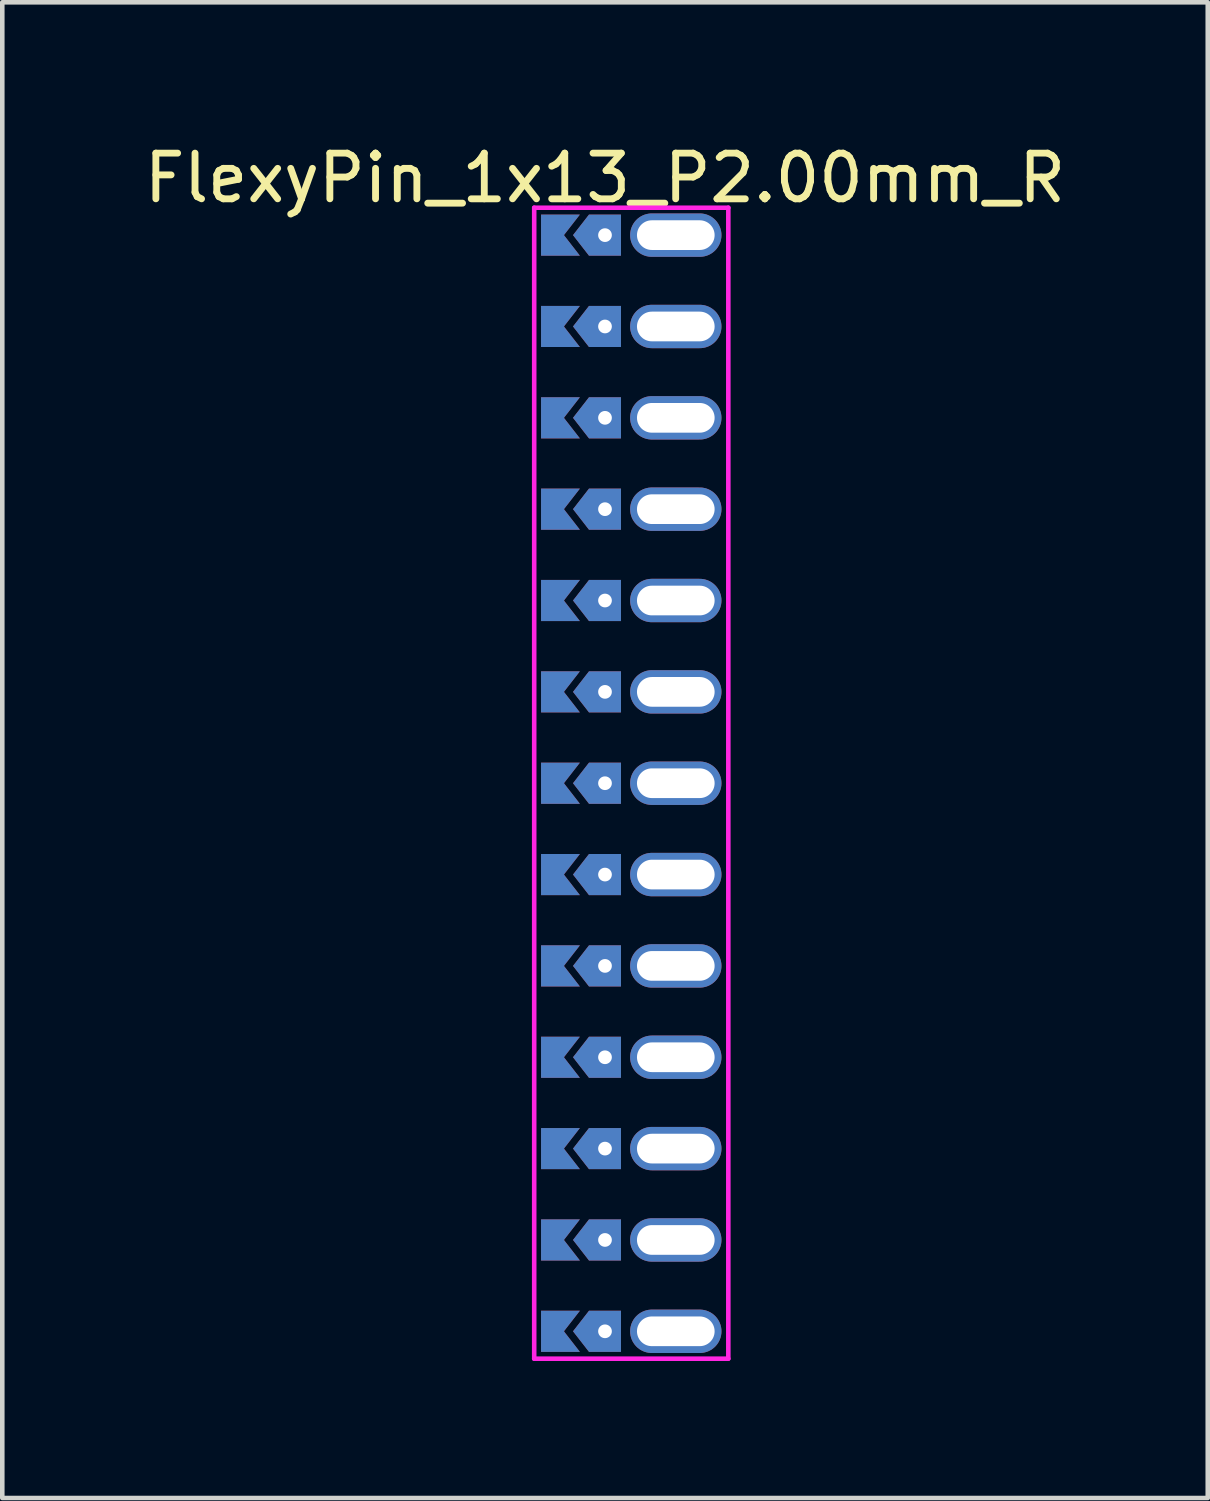
<source format=kicad_pcb>
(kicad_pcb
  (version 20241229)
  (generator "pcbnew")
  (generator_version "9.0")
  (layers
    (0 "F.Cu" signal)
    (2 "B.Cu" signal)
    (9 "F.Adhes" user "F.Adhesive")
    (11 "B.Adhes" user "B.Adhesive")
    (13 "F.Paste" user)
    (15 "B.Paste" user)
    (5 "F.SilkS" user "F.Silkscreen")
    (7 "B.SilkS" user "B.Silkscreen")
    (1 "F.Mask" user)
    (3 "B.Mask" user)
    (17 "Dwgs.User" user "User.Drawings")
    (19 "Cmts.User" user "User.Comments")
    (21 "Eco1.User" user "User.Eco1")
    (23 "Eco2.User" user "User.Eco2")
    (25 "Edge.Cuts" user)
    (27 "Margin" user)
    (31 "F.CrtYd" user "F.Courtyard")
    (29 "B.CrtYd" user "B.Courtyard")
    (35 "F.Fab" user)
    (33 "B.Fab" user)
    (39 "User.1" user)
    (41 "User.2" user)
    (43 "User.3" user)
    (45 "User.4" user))
  (footprint "FlexyPin_1x13_P2.00mm_R"
    (layer "F.Cu")
    (at 10.196 2.098)
    (property "Reference" "FlexyPin_1x13_P2.00mm_R" (at 0 -1.25 0) (layer "F.SilkS") (effects (font (size 1 1) (thickness 0.15))))
    (attr through_hole)
    (fp_line (start -1.55 -0.6) (end 2.7 -0.6) (stroke (width 0.1) (type solid)) (layer "F.CrtYd"))
    (fp_line (start -1.55 24.6) (end -1.55 -0.6) (stroke (width 0.1) (type solid)) (layer "F.CrtYd"))
    (fp_line (start 2.7 -0.6) (end 2.7 24.6) (stroke (width 0.1) (type solid)) (layer "F.CrtYd"))
    (fp_line (start 2.7 24.6) (end -1.55 24.6) (stroke (width 0.1) (type solid)) (layer "F.CrtYd"))
    (pad "" thru_hole custom (at 0 0) (size 0.3 0.3) (drill 0.6) (layers "*.Cu" "*.Mask") (options (anchor rect)) (primitives (gr_poly (pts (xy 0.35 0.45) (xy 0.35 -0.45) (xy -0.35 -0.45) (xy -0.7 0) (xy -0.35 0.45)) (width 0) (fill yes))))
    (pad "" thru_hole custom (at 0 2) (size 0.3 0.3) (drill 0.6) (layers "*.Cu" "*.Mask") (options (anchor rect)) (primitives (gr_poly (pts (xy 0.35 0.45) (xy 0.35 -0.45) (xy -0.35 -0.45) (xy -0.7 0) (xy -0.35 0.45)) (width 0) (fill yes))))
    (pad "" thru_hole custom (at 0 4) (size 0.3 0.3) (drill 0.6) (layers "*.Cu" "*.Mask") (options (anchor rect)) (primitives (gr_poly (pts (xy 0.35 0.45) (xy 0.35 -0.45) (xy -0.35 -0.45) (xy -0.7 0) (xy -0.35 0.45)) (width 0) (fill yes))))
    (pad "" thru_hole custom (at 0 6) (size 0.3 0.3) (drill 0.6) (layers "*.Cu" "*.Mask") (options (anchor rect)) (primitives (gr_poly (pts (xy 0.35 0.45) (xy 0.35 -0.45) (xy -0.35 -0.45) (xy -0.7 0) (xy -0.35 0.45)) (width 0) (fill yes))))
    (pad "" thru_hole custom (at 0 8) (size 0.3 0.3) (drill 0.6) (layers "*.Cu" "*.Mask") (options (anchor rect)) (primitives (gr_poly (pts (xy 0.35 0.45) (xy 0.35 -0.45) (xy -0.35 -0.45) (xy -0.7 0) (xy -0.35 0.45)) (width 0) (fill yes))))
    (pad "" thru_hole custom (at 0 10) (size 0.3 0.3) (drill 0.6) (layers "*.Cu" "*.Mask") (options (anchor rect)) (primitives (gr_poly (pts (xy 0.35 0.45) (xy 0.35 -0.45) (xy -0.35 -0.45) (xy -0.7 0) (xy -0.35 0.45)) (width 0) (fill yes))))
    (pad "" thru_hole custom (at 0 12) (size 0.3 0.3) (drill 0.6) (layers "*.Cu" "*.Mask") (options (anchor rect)) (primitives (gr_poly (pts (xy 0.35 0.45) (xy 0.35 -0.45) (xy -0.35 -0.45) (xy -0.7 0) (xy -0.35 0.45)) (width 0) (fill yes))))
    (pad "" thru_hole custom (at 0 14) (size 0.3 0.3) (drill 0.6) (layers "*.Cu" "*.Mask") (options (anchor rect)) (primitives (gr_poly (pts (xy 0.35 0.45) (xy 0.35 -0.45) (xy -0.35 -0.45) (xy -0.7 0) (xy -0.35 0.45)) (width 0) (fill yes))))
    (pad "" thru_hole custom (at 0 16) (size 0.3 0.3) (drill 0.6) (layers "*.Cu" "*.Mask") (options (anchor rect)) (primitives (gr_poly (pts (xy 0.35 0.45) (xy 0.35 -0.45) (xy -0.35 -0.45) (xy -0.7 0) (xy -0.35 0.45)) (width 0) (fill yes))))
    (pad "" thru_hole custom (at 0 18) (size 0.3 0.3) (drill 0.6) (layers "*.Cu" "*.Mask") (options (anchor rect)) (primitives (gr_poly (pts (xy 0.35 0.45) (xy 0.35 -0.45) (xy -0.35 -0.45) (xy -0.7 0) (xy -0.35 0.45)) (width 0) (fill yes))))
    (pad "" thru_hole custom (at 0 20) (size 0.3 0.3) (drill 0.6) (layers "*.Cu" "*.Mask") (options (anchor rect)) (primitives (gr_poly (pts (xy 0.35 0.45) (xy 0.35 -0.45) (xy -0.35 -0.45) (xy -0.7 0) (xy -0.35 0.45)) (width 0) (fill yes))))
    (pad "" thru_hole custom (at 0 22) (size 0.3 0.3) (drill 0.6) (layers "*.Cu" "*.Mask") (options (anchor rect)) (primitives (gr_poly (pts (xy 0.35 0.45) (xy 0.35 -0.45) (xy -0.35 -0.45) (xy -0.7 0) (xy -0.35 0.45)) (width 0) (fill yes))))
    (pad "" thru_hole custom (at 0 24) (size 0.3 0.3) (drill 0.6) (layers "*.Cu" "*.Mask") (options (anchor rect)) (primitives (gr_poly (pts (xy 0.35 0.45) (xy 0.35 -0.45) (xy -0.35 -0.45) (xy -0.7 0) (xy -0.35 0.45)) (width 0) (fill yes))))
    (pad "" thru_hole oval (at 1.55 0) (size 2 0.95) (drill oval 1.7 0.65) (layers "*.Cu" "*.Mask"))
    (pad "" thru_hole oval (at 1.55 2) (size 2 0.95) (drill oval 1.7 0.65) (layers "*.Cu" "*.Mask"))
    (pad "" thru_hole oval (at 1.55 4) (size 2 0.95) (drill oval 1.7 0.65) (layers "*.Cu" "*.Mask"))
    (pad "" thru_hole oval (at 1.55 6) (size 2 0.95) (drill oval 1.7 0.65) (layers "*.Cu" "*.Mask"))
    (pad "" thru_hole oval (at 1.55 8) (size 2 0.95) (drill oval 1.7 0.65) (layers "*.Cu" "*.Mask"))
    (pad "" thru_hole oval (at 1.55 10) (size 2 0.95) (drill oval 1.7 0.65) (layers "*.Cu" "*.Mask"))
    (pad "" thru_hole oval (at 1.55 12) (size 2 0.95) (drill oval 1.7 0.65) (layers "*.Cu" "*.Mask"))
    (pad "" thru_hole oval (at 1.55 14) (size 2 0.95) (drill oval 1.7 0.65) (layers "*.Cu" "*.Mask"))
    (pad "" thru_hole oval (at 1.55 16) (size 2 0.95) (drill oval 1.7 0.65) (layers "*.Cu" "*.Mask"))
    (pad "" thru_hole oval (at 1.55 18) (size 2 0.95) (drill oval 1.7 0.65) (layers "*.Cu" "*.Mask"))
    (pad "" thru_hole oval (at 1.55 20) (size 2 0.95) (drill oval 1.7 0.65) (layers "*.Cu" "*.Mask"))
    (pad "" thru_hole oval (at 1.55 22) (size 2 0.95) (drill oval 1.7 0.65) (layers "*.Cu" "*.Mask"))
    (pad "" thru_hole oval (at 1.55 24) (size 2 0.95) (drill oval 1.7 0.65) (layers "*.Cu" "*.Mask"))
    (pad "1" smd custom (at -0.9 0) (size 0.01 0.01) (layers "F.Cu" "F.Mask") (options (anchor rect)) (primitives (gr_poly (pts (xy 0 0) (xy 0.35 0.45) (xy -0.5 0.45) (xy -0.5 -0.45) (xy 0.35 -0.45)) (width 0) (fill yes))))
    (pad "2" smd custom (at -0.9 2) (size 0.01 0.01) (layers "F.Cu" "F.Mask") (options (anchor rect)) (primitives (gr_poly (pts (xy 0 0) (xy 0.35 0.45) (xy -0.5 0.45) (xy -0.5 -0.45) (xy 0.35 -0.45)) (width 0) (fill yes))))
    (pad "3" smd custom (at -0.9 4) (size 0.01 0.01) (layers "F.Cu" "F.Mask") (options (anchor rect)) (primitives (gr_poly (pts (xy 0 0) (xy 0.35 0.45) (xy -0.5 0.45) (xy -0.5 -0.45) (xy 0.35 -0.45)) (width 0) (fill yes))))
    (pad "4" smd custom (at -0.9 6) (size 0.01 0.01) (layers "F.Cu" "F.Mask") (options (anchor rect)) (primitives (gr_poly (pts (xy 0 0) (xy 0.35 0.45) (xy -0.5 0.45) (xy -0.5 -0.45) (xy 0.35 -0.45)) (width 0) (fill yes))))
    (pad "5" smd custom (at -0.9 8) (size 0.01 0.01) (layers "F.Cu" "F.Mask") (options (anchor rect)) (primitives (gr_poly (pts (xy 0 0) (xy 0.35 0.45) (xy -0.5 0.45) (xy -0.5 -0.45) (xy 0.35 -0.45)) (width 0) (fill yes))))
    (pad "6" smd custom (at -0.9 10) (size 0.01 0.01) (layers "F.Cu" "F.Mask") (options (anchor rect)) (primitives (gr_poly (pts (xy 0 0) (xy 0.35 0.45) (xy -0.5 0.45) (xy -0.5 -0.45) (xy 0.35 -0.45)) (width 0) (fill yes))))
    (pad "7" smd custom (at -0.9 12) (size 0.01 0.01) (layers "F.Cu" "F.Mask") (options (anchor rect)) (primitives (gr_poly (pts (xy 0 0) (xy 0.35 0.45) (xy -0.5 0.45) (xy -0.5 -0.45) (xy 0.35 -0.45)) (width 0) (fill yes))))
    (pad "8" smd custom (at -0.9 14) (size 0.01 0.01) (layers "F.Cu" "F.Mask") (options (anchor rect)) (primitives (gr_poly (pts (xy 0 0) (xy 0.35 0.45) (xy -0.5 0.45) (xy -0.5 -0.45) (xy 0.35 -0.45)) (width 0) (fill yes))))
    (pad "9" smd custom (at -0.9 16) (size 0.01 0.01) (layers "F.Cu" "F.Mask") (options (anchor rect)) (primitives (gr_poly (pts (xy 0 0) (xy 0.35 0.45) (xy -0.5 0.45) (xy -0.5 -0.45) (xy 0.35 -0.45)) (width 0) (fill yes))))
    (pad "10" smd custom (at -0.9 18) (size 0.01 0.01) (layers "F.Cu" "F.Mask") (options (anchor rect)) (primitives (gr_poly (pts (xy 0 0) (xy 0.35 0.45) (xy -0.5 0.45) (xy -0.5 -0.45) (xy 0.35 -0.45)) (width 0) (fill yes))))
    (pad "11" smd custom (at -0.9 20) (size 0.01 0.01) (layers "F.Cu" "F.Mask") (options (anchor rect)) (primitives (gr_poly (pts (xy 0 0) (xy 0.35 0.45) (xy -0.5 0.45) (xy -0.5 -0.45) (xy 0.35 -0.45)) (width 0) (fill yes))))
    (pad "12" smd custom (at -0.9 22) (size 0.01 0.01) (layers "F.Cu" "F.Mask") (options (anchor rect)) (primitives (gr_poly (pts (xy 0 0) (xy 0.35 0.45) (xy -0.5 0.45) (xy -0.5 -0.45) (xy 0.35 -0.45)) (width 0) (fill yes))))
    (pad "13" smd custom (at -0.9 24) (size 0.01 0.01) (layers "F.Cu" "F.Mask") (options (anchor rect)) (primitives (gr_poly (pts (xy 0 0) (xy 0.35 0.45) (xy -0.5 0.45) (xy -0.5 -0.45) (xy 0.35 -0.45)) (width 0) (fill yes))))
    (pad "14" smd custom (at -0.9 0) (size 0.01 0.01) (layers "B.Cu" "B.Mask") (options (anchor rect)) (primitives (gr_poly (pts (xy 0 0) (xy 0.35 0.45) (xy -0.5 0.45) (xy -0.5 -0.45) (xy 0.35 -0.45)) (width 0) (fill yes))))
    (pad "15" smd custom (at -0.9 2) (size 0.01 0.01) (layers "B.Cu" "B.Mask") (options (anchor rect)) (primitives (gr_poly (pts (xy 0 0) (xy 0.35 0.45) (xy -0.5 0.45) (xy -0.5 -0.45) (xy 0.35 -0.45)) (width 0) (fill yes))))
    (pad "16" smd custom (at -0.9 4) (size 0.01 0.01) (layers "B.Cu" "B.Mask") (options (anchor rect)) (primitives (gr_poly (pts (xy 0 0) (xy 0.35 0.45) (xy -0.5 0.45) (xy -0.5 -0.45) (xy 0.35 -0.45)) (width 0) (fill yes))))
    (pad "17" smd custom (at -0.9 6) (size 0.01 0.01) (layers "B.Cu" "B.Mask") (options (anchor rect)) (primitives (gr_poly (pts (xy 0 0) (xy 0.35 0.45) (xy -0.5 0.45) (xy -0.5 -0.45) (xy 0.35 -0.45)) (width 0) (fill yes))))
    (pad "18" smd custom (at -0.9 8) (size 0.01 0.01) (layers "B.Cu" "B.Mask") (options (anchor rect)) (primitives (gr_poly (pts (xy 0 0) (xy 0.35 0.45) (xy -0.5 0.45) (xy -0.5 -0.45) (xy 0.35 -0.45)) (width 0) (fill yes))))
    (pad "19" smd custom (at -0.9 10) (size 0.01 0.01) (layers "B.Cu" "B.Mask") (options (anchor rect)) (primitives (gr_poly (pts (xy 0 0) (xy 0.35 0.45) (xy -0.5 0.45) (xy -0.5 -0.45) (xy 0.35 -0.45)) (width 0) (fill yes))))
    (pad "20" smd custom (at -0.9 12) (size 0.01 0.01) (layers "B.Cu" "B.Mask") (options (anchor rect)) (primitives (gr_poly (pts (xy 0 0) (xy 0.35 0.45) (xy -0.5 0.45) (xy -0.5 -0.45) (xy 0.35 -0.45)) (width 0) (fill yes))))
    (pad "21" smd custom (at -0.9 14) (size 0.01 0.01) (layers "B.Cu" "B.Mask") (options (anchor rect)) (primitives (gr_poly (pts (xy 0 0) (xy 0.35 0.45) (xy -0.5 0.45) (xy -0.5 -0.45) (xy 0.35 -0.45)) (width 0) (fill yes))))
    (pad "22" smd custom (at -0.9 16) (size 0.01 0.01) (layers "B.Cu" "B.Mask") (options (anchor rect)) (primitives (gr_poly (pts (xy 0 0) (xy 0.35 0.45) (xy -0.5 0.45) (xy -0.5 -0.45) (xy 0.35 -0.45)) (width 0) (fill yes))))
    (pad "23" smd custom (at -0.9 18) (size 0.01 0.01) (layers "B.Cu" "B.Mask") (options (anchor rect)) (primitives (gr_poly (pts (xy 0 0) (xy 0.35 0.45) (xy -0.5 0.45) (xy -0.5 -0.45) (xy 0.35 -0.45)) (width 0) (fill yes))))
    (pad "24" smd custom (at -0.9 20) (size 0.01 0.01) (layers "B.Cu" "B.Mask") (options (anchor rect)) (primitives (gr_poly (pts (xy 0 0) (xy 0.35 0.45) (xy -0.5 0.45) (xy -0.5 -0.45) (xy 0.35 -0.45)) (width 0) (fill yes))))
    (pad "25" smd custom (at -0.9 22) (size 0.01 0.01) (layers "B.Cu" "B.Mask") (options (anchor rect)) (primitives (gr_poly (pts (xy 0 0) (xy 0.35 0.45) (xy -0.5 0.45) (xy -0.5 -0.45) (xy 0.35 -0.45)) (width 0) (fill yes))))
    (pad "26" smd custom (at -0.9 24) (size 0.01 0.01) (layers "B.Cu" "B.Mask") (options (anchor rect)) (primitives (gr_poly (pts (xy 0 0) (xy 0.35 0.45) (xy -0.5 0.45) (xy -0.5 -0.45) (xy 0.35 -0.45)) (width 0) (fill yes)))))
  (gr_rect
    (start -3 -3)
    (end 23.393 29.748)
    (stroke (width 0.1) (type default))
    (fill no)
    (layer "Edge.Cuts")))
</source>
